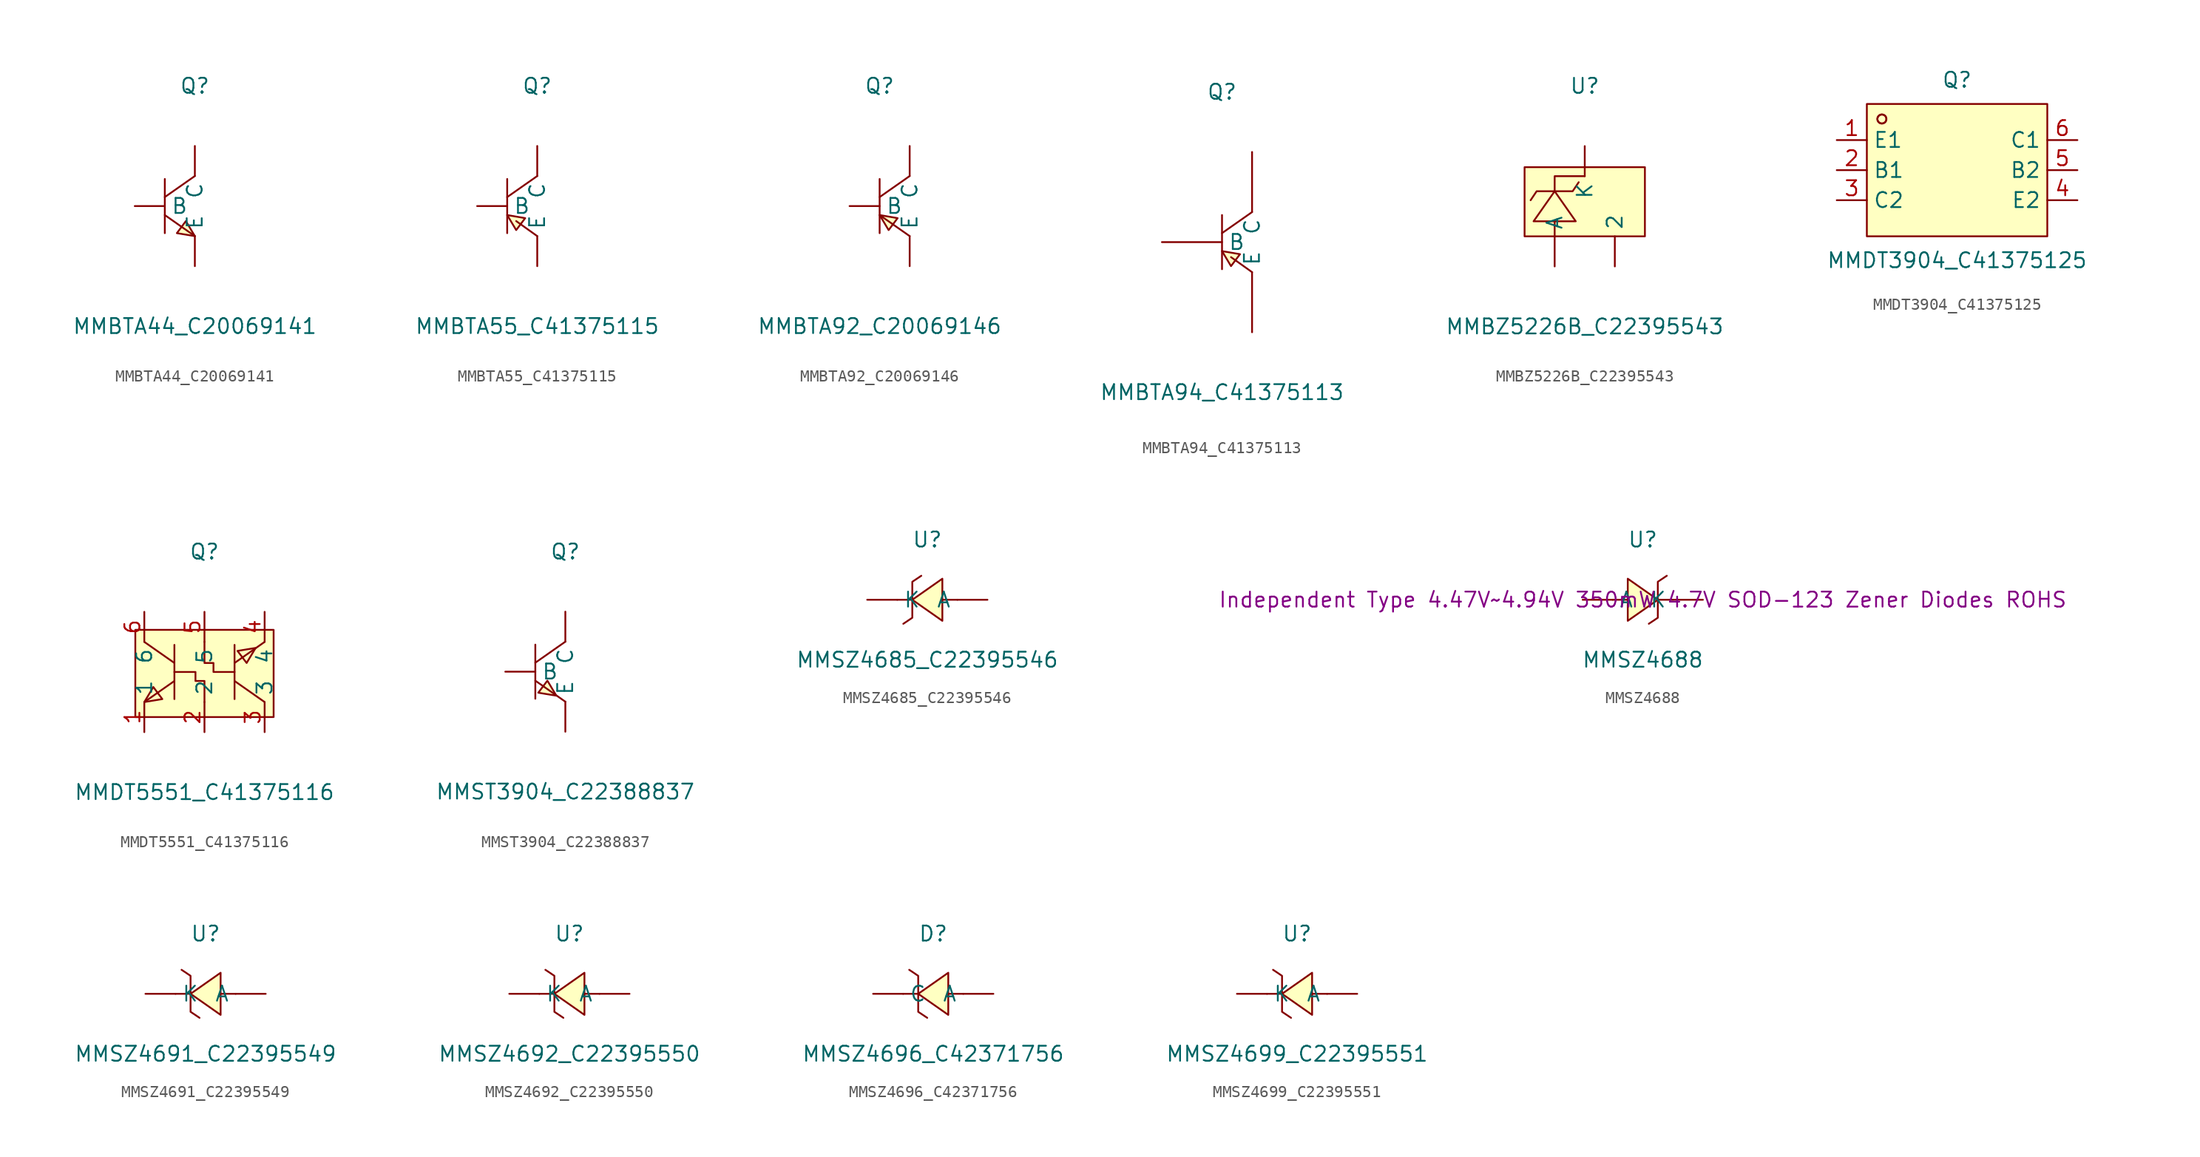
<source format=kicad_sym>
(kicad_symbol_lib
  (version 20241209)
  (generator "kicad_symbol_editor")
  (generator_version "9.0")
  (symbol "MMBTA44_C20069141"
    (pin_numbers
      (hide yes))
    (property "Reference" "Q"
      (at 0 10.16 0)
      (effects (font (size 1.27 1.27))))
    (property "Value" "MMBTA44_C20069141"
      (at 0 -10.16 0)
      (effects (font (size 1.27 1.27))))
    (symbol "MMBTA44_C20069141_0_1"
      (polyline (pts (xy -2.54 2.29) (xy -2.54 -2.29)) (stroke (width 0) (type default)) (fill (type none)))
      (polyline (pts (xy -2.54 -0.76) (xy 0 -2.54)) (stroke (width 0) (type default)) (fill (type none)))
      (polyline (pts (xy 0 2.54) (xy -2.54 0.76)) (stroke (width 0) (type default)) (fill (type none)))
      (polyline (pts (xy 0 -2.54) (xy -0.76 -1.27) (xy -1.52 -2.29) (xy 0 -2.54)) (stroke (width 0) (type default)) (fill (type background)))
      (pin input line (at -5.08 0 0) (length 2.54) (name "B" (effects (font (size 1.27 1.27)))) (number "1" (effects (font (size 1.27 1.27)))))
      (pin input line (at 0 5.08 270) (length 2.54) (name "C" (effects (font (size 1.27 1.27)))) (number "3" (effects (font (size 1.27 1.27)))))
      (pin input line (at 0 -5.08 90) (length 2.54) (name "E" (effects (font (size 1.27 1.27)))) (number "2" (effects (font (size 1.27 1.27)))))))
  (symbol "MMBTA55_C41375115"
    (pin_numbers
      (hide yes))
    (property "Reference" "Q"
      (at 0 10.16 0)
      (effects (font (size 1.27 1.27))))
    (property "Value" "MMBTA55_C41375115"
      (at 0 -10.16 0)
      (effects (font (size 1.27 1.27))))
    (symbol "MMBTA55_C41375115_0_1"
      (polyline (pts (xy -2.54 2.29) (xy -2.54 -2.29)) (stroke (width 0) (type default)) (fill (type none)))
      (polyline (pts (xy -2.54 -0.76) (xy -1.02 -1.02) (xy -1.78 -2.03) (xy -2.54 -0.76)) (stroke (width 0) (type default)) (fill (type background)))
      (polyline (pts (xy -1.78 -1.27) (xy 0 -2.54)) (stroke (width 0) (type default)) (fill (type none)))
      (polyline (pts (xy 0 2.54) (xy -2.54 0.76)) (stroke (width 0) (type default)) (fill (type none)))
      (pin unspecified line (at -5.08 0 0) (length 2.54) (name "B" (effects (font (size 1.27 1.27)))) (number "1" (effects (font (size 1.27 1.27)))))
      (pin unspecified line (at 0 5.08 270) (length 2.54) (name "C" (effects (font (size 1.27 1.27)))) (number "3" (effects (font (size 1.27 1.27)))))
      (pin unspecified line (at 0 -5.08 90) (length 2.54) (name "E" (effects (font (size 1.27 1.27)))) (number "2" (effects (font (size 1.27 1.27)))))))
  (symbol "MMBTA92_C20069146"
    (pin_numbers
      (hide yes))
    (property "Reference" "Q"
      (at 0 10.16 0)
      (effects (font (size 1.27 1.27))))
    (property "Value" "MMBTA92_C20069146"
      (at 0 -10.16 0)
      (effects (font (size 1.27 1.27))))
    (symbol "MMBTA92_C20069146_0_1"
      (polyline (pts (xy 0 2.29) (xy 0 -2.29)) (stroke (width 0) (type default)) (fill (type none)))
      (polyline (pts (xy 0 -0.76) (xy 2.54 -2.54)) (stroke (width 0) (type default)) (fill (type none)))
      (polyline (pts (xy 0 -0.76) (xy 0.76 -2.03) (xy 1.52 -1.02) (xy 0 -0.76)) (stroke (width 0) (type default)) (fill (type background)))
      (polyline (pts (xy 2.54 2.54) (xy 0 0.76)) (stroke (width 0) (type default)) (fill (type none)))
      (pin input line (at -2.54 0 0) (length 2.54) (name "B" (effects (font (size 1.27 1.27)))) (number "1" (effects (font (size 1.27 1.27)))))
      (pin input line (at 2.54 5.08 270) (length 2.54) (name "C" (effects (font (size 1.27 1.27)))) (number "3" (effects (font (size 1.27 1.27)))))
      (pin input line (at 2.54 -5.08 90) (length 2.54) (name "E" (effects (font (size 1.27 1.27)))) (number "2" (effects (font (size 1.27 1.27)))))))
  (symbol "MMBTA94_C41375113"
    (pin_numbers
      (hide yes))
    (property "Reference" "Q"
      (at 0 12.7 0)
      (effects (font (size 1.27 1.27))))
    (property "Value" "MMBTA94_C41375113"
      (at 0 -12.7 0)
      (effects (font (size 1.27 1.27))))
    (symbol "MMBTA94_C41375113_0_1"
      (polyline (pts (xy 0 2.29) (xy 0 -2.29)) (stroke (width 0) (type default)) (fill (type none)))
      (polyline (pts (xy 0 -0.76) (xy 1.52 -1.02) (xy 0.76 -2.03) (xy 0 -0.76)) (stroke (width 0) (type default)) (fill (type background)))
      (polyline (pts (xy 0.76 -1.27) (xy 2.54 -2.54)) (stroke (width 0) (type default)) (fill (type none)))
      (polyline (pts (xy 2.54 2.54) (xy 0 0.76)) (stroke (width 0) (type default)) (fill (type none)))
      (pin unspecified line (at -5.08 0 0) (length 5.08) (name "B" (effects (font (size 1.27 1.27)))) (number "1" (effects (font (size 1.27 1.27)))))
      (pin unspecified line (at 2.54 7.62 270) (length 5.08) (name "C" (effects (font (size 1.27 1.27)))) (number "3" (effects (font (size 1.27 1.27)))))
      (pin unspecified line (at 2.54 -7.62 90) (length 5.08) (name "E" (effects (font (size 1.27 1.27)))) (number "2" (effects (font (size 1.27 1.27)))))))
  (symbol "MMBZ5226B_C22395543"
    (pin_numbers
      (hide yes))
    (property "Reference" "U"
      (at 0 10.16 0)
      (effects (font (size 1.27 1.27))))
    (property "Value" "MMBZ5226B_C22395543"
      (at 0 -10.16 0)
      (effects (font (size 1.27 1.27))))
    (symbol "MMBZ5226B_C22395543_0_1"
      (rectangle (start -5.08 3.3) (end 5.08 -2.54) (stroke (width 0) (type default)) (fill (type background)))
      (polyline (pts (xy -2.54 1.27) (xy -2.54 2.54) (xy 0 2.54)) (stroke (width 0) (type default)) (fill (type none)))
      (polyline (pts (xy -2.54 -2.54) (xy -2.54 -1.27)) (stroke (width 0) (type default)) (fill (type none)))
      (polyline (pts (xy -0.76 -1.27) (xy -2.54 1.27) (xy -4.32 -1.27) (xy -0.76 -1.27)) (stroke (width 0) (type default)) (fill (type background)))
      (polyline (pts (xy -0.51 2.03) (xy -1.02 1.27) (xy -4.06 1.27) (xy -4.57 0.51)) (stroke (width 0) (type default)) (fill (type none)))
      (pin unspecified line (at -2.54 -5.08 90) (length 2.54) (name "A" (effects (font (size 1.27 1.27)))) (number "1" (effects (font (size 1.27 1.27)))))
      (pin unspecified line (at 0 5.08 270) (length 2.54) (name "K" (effects (font (size 1.27 1.27)))) (number "3" (effects (font (size 1.27 1.27)))))
      (pin unspecified line (at 2.54 -5.08 90) (length 2.54) (name "2" (effects (font (size 1.27 1.27)))) (number "2" (effects (font (size 1.27 1.27)))))))
  (symbol "MMDT3904_C41375125"
    (property "Reference" "Q"
      (at 0 7.62 0)
      (effects (font (size 1.27 1.27))))
    (property "Value" "MMDT3904_C41375125"
      (at 0 -7.62 0)
      (effects (font (size 1.27 1.27))))
    (symbol "MMDT3904_C41375125_0_1"
      (rectangle (start -7.62 5.59) (end 7.62 -5.59) (stroke (width 0) (type default)) (fill (type background)))
      (circle (center -6.35 4.32) (radius 0.38) (stroke (width 0) (type default)) (fill (type none)))
      (circle (center -6.35 4.32) (radius 0.38) (stroke (width 0) (type default)) (fill (type none)))
      (pin unspecified line (at -10.16 2.54 0) (length 2.54) (name "E1" (effects (font (size 1.27 1.27)))) (number "1" (effects (font (size 1.27 1.27)))))
      (pin unspecified line (at -10.16 0 0) (length 2.54) (name "B1" (effects (font (size 1.27 1.27)))) (number "2" (effects (font (size 1.27 1.27)))))
      (pin unspecified line (at -10.16 -2.54 0) (length 2.54) (name "C2" (effects (font (size 1.27 1.27)))) (number "3" (effects (font (size 1.27 1.27)))))
      (pin unspecified line (at 10.16 2.54 180) (length 2.54) (name "C1" (effects (font (size 1.27 1.27)))) (number "6" (effects (font (size 1.27 1.27)))))
      (pin unspecified line (at 10.16 0 180) (length 2.54) (name "B2" (effects (font (size 1.27 1.27)))) (number "5" (effects (font (size 1.27 1.27)))))
      (pin unspecified line (at 10.16 -2.54 180) (length 2.54) (name "E2" (effects (font (size 1.27 1.27)))) (number "4" (effects (font (size 1.27 1.27)))))))
  (symbol "MMDT5551_C41375116"
    (property "Reference" "Q"
      (at 0 10.16 0)
      (effects (font (size 1.27 1.27))))
    (property "Value" "MMDT5551_C41375116"
      (at 0 -10.16 0)
      (effects (font (size 1.27 1.27))))
    (symbol "MMDT5551_C41375116_0_1"
      (rectangle (start -5.84 3.56) (end 5.84 -3.81) (stroke (width 0) (type default)) (fill (type background)))
      (polyline (pts (xy -5.08 2.54) (xy -2.54 0.76)) (stroke (width 0) (type default)) (fill (type none)))
      (polyline (pts (xy -5.08 -2.54) (xy -4.32 -1.27) (xy -3.56 -2.29) (xy -5.08 -2.54)) (stroke (width 0) (type default)) (fill (type background)))
      (polyline (pts (xy -2.54 2.29) (xy -2.54 -2.29)) (stroke (width 0) (type default)) (fill (type none)))
      (polyline (pts (xy -2.54 0) (xy -0.76 0) (xy -0.76 -0.76) (xy 0 -0.76) (xy 0 -2.54)) (stroke (width 0) (type default)) (fill (type none)))
      (polyline (pts (xy -2.54 -0.76) (xy -5.08 -2.54)) (stroke (width 0) (type default)) (fill (type none)))
      (polyline (pts (xy 2.54 0.76) (xy 5.08 2.54)) (stroke (width 0) (type default)) (fill (type none)))
      (polyline (pts (xy 2.54 0) (xy 0.76 0) (xy 0.76 0.76) (xy 0 0.76) (xy 0 2.54)) (stroke (width 0) (type default)) (fill (type none)))
      (polyline (pts (xy 2.54 -2.29) (xy 2.54 2.29)) (stroke (width 0) (type default)) (fill (type none)))
      (polyline (pts (xy 4.32 2.03) (xy 3.56 0.76) (xy 2.79 1.78) (xy 4.32 2.03)) (stroke (width 0) (type default)) (fill (type background)))
      (polyline (pts (xy 5.08 -2.54) (xy 2.54 -0.76)) (stroke (width 0) (type default)) (fill (type none)))
      (pin unspecified line (at -5.08 5.08 270) (length 2.54) (name "6" (effects (font (size 1.27 1.27)))) (number "6" (effects (font (size 1.27 1.27)))))
      (pin unspecified line (at -5.08 -5.08 90) (length 2.54) (name "1" (effects (font (size 1.27 1.27)))) (number "1" (effects (font (size 1.27 1.27)))))
      (pin unspecified line (at 0 5.08 270) (length 2.54) (name "5" (effects (font (size 1.27 1.27)))) (number "5" (effects (font (size 1.27 1.27)))))
      (pin unspecified line (at 0 -5.08 90) (length 2.54) (name "2" (effects (font (size 1.27 1.27)))) (number "2" (effects (font (size 1.27 1.27)))))
      (pin unspecified line (at 5.08 5.08 270) (length 2.54) (name "4" (effects (font (size 1.27 1.27)))) (number "4" (effects (font (size 1.27 1.27)))))
      (pin unspecified line (at 5.08 -5.08 90) (length 2.54) (name "3" (effects (font (size 1.27 1.27)))) (number "3" (effects (font (size 1.27 1.27)))))))
  (symbol "MMST3904_C22388837"
    (pin_numbers
      (hide yes))
    (property "Reference" "Q"
      (at 0 10.16 0)
      (effects (font (size 1.27 1.27))))
    (property "Value" "MMST3904_C22388837"
      (at 0 -10.16 0)
      (effects (font (size 1.27 1.27))))
    (symbol "MMST3904_C22388837_0_1"
      (polyline (pts (xy -2.54 2.29) (xy -2.54 -2.29)) (stroke (width 0) (type default)) (fill (type none)))
      (polyline (pts (xy -2.54 -0.76) (xy 0 -2.54)) (stroke (width 0) (type default)) (fill (type none)))
      (polyline (pts (xy -0.76 -2.03) (xy -1.52 -0.76) (xy -2.29 -1.78) (xy -0.76 -2.03)) (stroke (width 0) (type default)) (fill (type background)))
      (polyline (pts (xy 0 2.54) (xy -2.54 0.76)) (stroke (width 0) (type default)) (fill (type none)))
      (pin input line (at -5.08 0 0) (length 2.54) (name "B" (effects (font (size 1.27 1.27)))) (number "1" (effects (font (size 1.27 1.27)))))
      (pin input line (at 0 5.08 270) (length 2.54) (name "C" (effects (font (size 1.27 1.27)))) (number "3" (effects (font (size 1.27 1.27)))))
      (pin input line (at 0 -5.08 90) (length 2.54) (name "E" (effects (font (size 1.27 1.27)))) (number "2" (effects (font (size 1.27 1.27)))))))
  (symbol "MMSZ4685_C22395546"
    (pin_numbers
      (hide yes))
    (property "Reference" "U"
      (at 0 5.08 0)
      (effects (font (size 1.27 1.27))))
    (property "Value" "MMSZ4685_C22395546"
      (at 0 -5.08 0)
      (effects (font (size 1.27 1.27))))
    (symbol "MMSZ4685_C22395546_0_1"
      (polyline (pts (xy -2.03 -2.03) (xy -1.27 -1.52) (xy -1.27 1.52) (xy -0.51 2.03)) (stroke (width 0) (type default)) (fill (type none)))
      (polyline (pts (xy -1.27 0) (xy -2.54 0)) (stroke (width 0) (type default)) (fill (type none)))
      (polyline (pts (xy 1.27 -1.78) (xy -1.27 0) (xy 1.27 1.78) (xy 1.27 -1.78)) (stroke (width 0) (type default)) (fill (type background)))
      (polyline (pts (xy 2.54 0) (xy 1.27 0)) (stroke (width 0) (type default)) (fill (type none)))
      (pin unspecified line (at -5.08 0 0) (length 2.54) (name "K" (effects (font (size 1.27 1.27)))) (number "1" (effects (font (size 1.27 1.27)))))
      (pin unspecified line (at 5.08 0 180) (length 2.54) (name "A" (effects (font (size 1.27 1.27)))) (number "2" (effects (font (size 1.27 1.27)))))))
  (symbol "MMSZ4688"
    (pin_numbers
      (hide yes))
    (property "Reference" "U"
      (at 0 5.08 0)
      (effects (font (size 1.27 1.27))))
    (property "Value" "MMSZ4688"
      (at 0 -5.08 0)
      (effects (font (size 1.27 1.27))))
    (property "Description" "Independent Type 4.47V~4.94V 350mW 4.7V SOD-123 Zener Diodes ROHS"
      (at 0 0 0)
      (effects (font (size 1.27 1.27))))
    (symbol "MMSZ4688_0_1"
      (polyline (pts (xy -2.54 0) (xy -1.27 0)) (stroke (width 0) (type default)) (fill (type none)))
      (polyline (pts (xy -1.27 1.78) (xy 1.27 0) (xy -1.27 -1.78) (xy -1.27 1.78)) (stroke (width 0) (type default)) (fill (type background)))
      (polyline (pts (xy 1.27 0) (xy 2.54 0)) (stroke (width 0) (type default)) (fill (type none)))
      (polyline (pts (xy 2.03 2.03) (xy 1.27 1.52) (xy 1.27 -1.52) (xy 0.51 -2.03)) (stroke (width 0) (type default)) (fill (type none)))
      (pin unspecified line (at -5.08 0 0) (length 2.54) (name "A" (effects (font (size 1.27 1.27)))) (number "1" (effects (font (size 1.27 1.27)))))
      (pin unspecified line (at 5.08 0 180) (length 2.54) (name "K" (effects (font (size 1.27 1.27)))) (number "2" (effects (font (size 1.27 1.27)))))))
  (symbol "MMSZ4691_C22395549"
    (pin_numbers
      (hide yes))
    (property "Reference" "U"
      (at 0 5.08 0)
      (effects (font (size 1.27 1.27))))
    (property "Value" "MMSZ4691_C22395549"
      (at 0 -5.08 0)
      (effects (font (size 1.27 1.27))))
    (symbol "MMSZ4691_C22395549_0_1"
      (polyline (pts (xy -2.03 2.03) (xy -1.27 1.52) (xy -1.27 -1.52) (xy -0.51 -2.03)) (stroke (width 0) (type default)) (fill (type none)))
      (polyline (pts (xy -1.27 0) (xy -2.54 0)) (stroke (width 0) (type default)) (fill (type none)))
      (polyline (pts (xy 1.27 1.78) (xy -1.27 0) (xy 1.27 -1.78) (xy 1.27 1.78)) (stroke (width 0) (type default)) (fill (type background)))
      (polyline (pts (xy 2.54 0) (xy 1.27 0)) (stroke (width 0) (type default)) (fill (type none)))
      (pin unspecified line (at -5.08 0 0) (length 2.54) (name "K" (effects (font (size 1.27 1.27)))) (number "1" (effects (font (size 1.27 1.27)))))
      (pin unspecified line (at 5.08 0 180) (length 2.54) (name "A" (effects (font (size 1.27 1.27)))) (number "2" (effects (font (size 1.27 1.27)))))))
  (symbol "MMSZ4692_C22395550"
    (pin_numbers
      (hide yes))
    (property "Reference" "U"
      (at 0 5.08 0)
      (effects (font (size 1.27 1.27))))
    (property "Value" "MMSZ4692_C22395550"
      (at 0 -5.08 0)
      (effects (font (size 1.27 1.27))))
    (symbol "MMSZ4692_C22395550_0_1"
      (polyline (pts (xy -2.03 2.03) (xy -1.27 1.52) (xy -1.27 -1.52) (xy -0.51 -2.03)) (stroke (width 0) (type default)) (fill (type none)))
      (polyline (pts (xy -1.27 0) (xy -2.54 0)) (stroke (width 0) (type default)) (fill (type none)))
      (polyline (pts (xy 1.27 1.78) (xy -1.27 0) (xy 1.27 -1.78) (xy 1.27 1.78)) (stroke (width 0) (type default)) (fill (type background)))
      (polyline (pts (xy 2.54 0) (xy 1.27 0)) (stroke (width 0) (type default)) (fill (type none)))
      (pin unspecified line (at -5.08 0 0) (length 2.54) (name "K" (effects (font (size 1.27 1.27)))) (number "1" (effects (font (size 1.27 1.27)))))
      (pin unspecified line (at 5.08 0 180) (length 2.54) (name "A" (effects (font (size 1.27 1.27)))) (number "2" (effects (font (size 1.27 1.27)))))))
  (symbol "MMSZ4696_C42371756"
    (pin_numbers
      (hide yes))
    (property "Reference" "D"
      (at 0 5.08 0)
      (effects (font (size 1.27 1.27))))
    (property "Value" "MMSZ4696_C42371756"
      (at 0 -5.08 0)
      (effects (font (size 1.27 1.27))))
    (symbol "MMSZ4696_C42371756_0_1"
      (polyline (pts (xy -2.03 2.03) (xy -1.27 1.52) (xy -1.27 -1.52) (xy -0.51 -2.03)) (stroke (width 0) (type default)) (fill (type none)))
      (polyline (pts (xy -1.27 0) (xy -2.54 0)) (stroke (width 0) (type default)) (fill (type none)))
      (polyline (pts (xy 1.27 1.78) (xy -1.27 0) (xy 1.27 -1.78) (xy 1.27 1.78)) (stroke (width 0) (type default)) (fill (type background)))
      (polyline (pts (xy 2.54 0) (xy 1.27 0)) (stroke (width 0) (type default)) (fill (type none)))
      (pin unspecified line (at -5.08 0 0) (length 2.54) (name "C" (effects (font (size 1.27 1.27)))) (number "1" (effects (font (size 1.27 1.27)))))
      (pin unspecified line (at 5.08 0 180) (length 2.54) (name "A" (effects (font (size 1.27 1.27)))) (number "2" (effects (font (size 1.27 1.27)))))))
  (symbol "MMSZ4699_C22395551"
    (pin_numbers
      (hide yes))
    (property "Reference" "U"
      (at 0 5.08 0)
      (effects (font (size 1.27 1.27))))
    (property "Value" "MMSZ4699_C22395551"
      (at 0 -5.08 0)
      (effects (font (size 1.27 1.27))))
    (symbol "MMSZ4699_C22395551_0_1"
      (polyline (pts (xy -2.03 2.03) (xy -1.27 1.52) (xy -1.27 -1.52) (xy -0.51 -2.03)) (stroke (width 0) (type default)) (fill (type none)))
      (polyline (pts (xy -1.27 0) (xy -2.54 0)) (stroke (width 0) (type default)) (fill (type none)))
      (polyline (pts (xy 1.27 1.78) (xy -1.27 0) (xy 1.27 -1.78) (xy 1.27 1.78)) (stroke (width 0) (type default)) (fill (type background)))
      (polyline (pts (xy 2.54 0) (xy 1.27 0)) (stroke (width 0) (type default)) (fill (type none)))
      (pin unspecified line (at -5.08 0 0) (length 2.54) (name "K" (effects (font (size 1.27 1.27)))) (number "1" (effects (font (size 1.27 1.27)))))
      (pin unspecified line (at 5.08 0 180) (length 2.54) (name "A" (effects (font (size 1.27 1.27)))) (number "2" (effects (font (size 1.27 1.27))))))))
</source>
